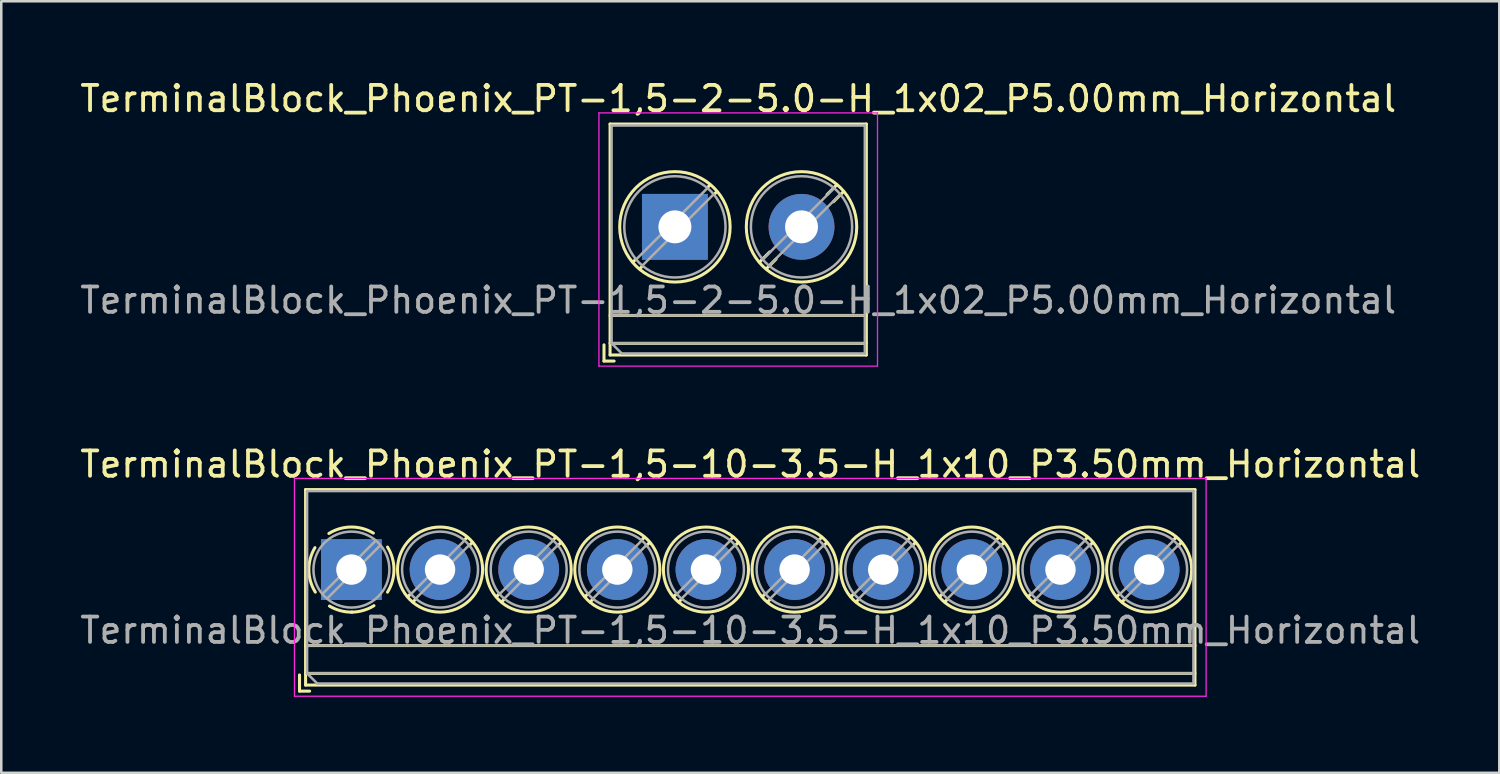
<source format=kicad_pcb>
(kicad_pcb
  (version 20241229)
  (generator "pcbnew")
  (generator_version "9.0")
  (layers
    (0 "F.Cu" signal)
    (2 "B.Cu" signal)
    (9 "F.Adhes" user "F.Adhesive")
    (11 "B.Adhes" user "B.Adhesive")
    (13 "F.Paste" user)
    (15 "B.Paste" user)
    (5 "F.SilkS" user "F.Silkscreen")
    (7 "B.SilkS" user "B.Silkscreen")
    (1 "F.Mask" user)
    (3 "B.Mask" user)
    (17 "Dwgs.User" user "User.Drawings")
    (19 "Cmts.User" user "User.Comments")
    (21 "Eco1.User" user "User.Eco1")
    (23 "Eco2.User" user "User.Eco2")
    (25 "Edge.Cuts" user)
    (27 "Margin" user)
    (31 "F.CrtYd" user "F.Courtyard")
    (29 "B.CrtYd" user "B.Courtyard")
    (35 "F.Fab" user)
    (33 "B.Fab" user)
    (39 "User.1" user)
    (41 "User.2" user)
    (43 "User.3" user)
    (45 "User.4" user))
  (footprint "TerminalBlock_Phoenix_PT-1,5-10-3.5-H_1x10_P3.50mm_Horizontal"
    (layer "F.Cu")
    (at 10.827 19.442)
    (property "Reference" "TerminalBlock_Phoenix_PT-1,5-10-3.5-H_1x10_P3.50mm_Horizontal" (at 15.75 -4.16 0) (layer "F.SilkS") (effects (font (size 1 1) (thickness 0.15))))
    (attr through_hole)
    (fp_line (start -2.05 4.16) (end -2.05 4.8) (stroke (width 0.12) (type solid)) (layer "F.SilkS"))
    (fp_line (start -2.05 4.8) (end -1.65 4.8) (stroke (width 0.12) (type solid)) (layer "F.SilkS"))
    (fp_line (start -1.81 -3.16) (end -1.81 4.56) (stroke (width 0.12) (type solid)) (layer "F.SilkS"))
    (fp_line (start -1.81 -3.16) (end 33.31 -3.16) (stroke (width 0.12) (type solid)) (layer "F.SilkS"))
    (fp_line (start -1.81 3) (end 33.31 3) (stroke (width 0.12) (type solid)) (layer "F.SilkS"))
    (fp_line (start -1.81 4.1) (end 33.31 4.1) (stroke (width 0.12) (type solid)) (layer "F.SilkS"))
    (fp_line (start -1.81 4.56) (end 33.31 4.56) (stroke (width 0.12) (type solid)) (layer "F.SilkS"))
    (fp_line (start 2.355 0.941) (end 2.226 1.069) (stroke (width 0.12) (type solid)) (layer "F.SilkS"))
    (fp_line (start 2.525 1.181) (end 2.431 1.274) (stroke (width 0.12) (type solid)) (layer "F.SilkS"))
    (fp_line (start 4.57 -1.275) (end 4.476 -1.181) (stroke (width 0.12) (type solid)) (layer "F.SilkS"))
    (fp_line (start 4.775 -1.069) (end 4.646 -0.941) (stroke (width 0.12) (type solid)) (layer "F.SilkS"))
    (fp_line (start 5.855 0.941) (end 5.726 1.069) (stroke (width 0.12) (type solid)) (layer "F.SilkS"))
    (fp_line (start 6.025 1.181) (end 5.931 1.274) (stroke (width 0.12) (type solid)) (layer "F.SilkS"))
    (fp_line (start 8.07 -1.275) (end 7.976 -1.181) (stroke (width 0.12) (type solid)) (layer "F.SilkS"))
    (fp_line (start 8.275 -1.069) (end 8.146 -0.941) (stroke (width 0.12) (type solid)) (layer "F.SilkS"))
    (fp_line (start 9.355 0.941) (end 9.226 1.069) (stroke (width 0.12) (type solid)) (layer "F.SilkS"))
    (fp_line (start 9.525 1.181) (end 9.431 1.274) (stroke (width 0.12) (type solid)) (layer "F.SilkS"))
    (fp_line (start 11.57 -1.275) (end 11.476 -1.181) (stroke (width 0.12) (type solid)) (layer "F.SilkS"))
    (fp_line (start 11.775 -1.069) (end 11.646 -0.941) (stroke (width 0.12) (type solid)) (layer "F.SilkS"))
    (fp_line (start 12.855 0.941) (end 12.726 1.069) (stroke (width 0.12) (type solid)) (layer "F.SilkS"))
    (fp_line (start 13.025 1.181) (end 12.931 1.274) (stroke (width 0.12) (type solid)) (layer "F.SilkS"))
    (fp_line (start 15.07 -1.275) (end 14.976 -1.181) (stroke (width 0.12) (type solid)) (layer "F.SilkS"))
    (fp_line (start 15.275 -1.069) (end 15.146 -0.941) (stroke (width 0.12) (type solid)) (layer "F.SilkS"))
    (fp_line (start 16.355 0.941) (end 16.226 1.069) (stroke (width 0.12) (type solid)) (layer "F.SilkS"))
    (fp_line (start 16.525 1.181) (end 16.431 1.274) (stroke (width 0.12) (type solid)) (layer "F.SilkS"))
    (fp_line (start 18.57 -1.275) (end 18.476 -1.181) (stroke (width 0.12) (type solid)) (layer "F.SilkS"))
    (fp_line (start 18.775 -1.069) (end 18.646 -0.941) (stroke (width 0.12) (type solid)) (layer "F.SilkS"))
    (fp_line (start 19.855 0.941) (end 19.726 1.069) (stroke (width 0.12) (type solid)) (layer "F.SilkS"))
    (fp_line (start 20.025 1.181) (end 19.931 1.274) (stroke (width 0.12) (type solid)) (layer "F.SilkS"))
    (fp_line (start 22.07 -1.275) (end 21.976 -1.181) (stroke (width 0.12) (type solid)) (layer "F.SilkS"))
    (fp_line (start 22.275 -1.069) (end 22.146 -0.941) (stroke (width 0.12) (type solid)) (layer "F.SilkS"))
    (fp_line (start 23.355 0.941) (end 23.226 1.069) (stroke (width 0.12) (type solid)) (layer "F.SilkS"))
    (fp_line (start 23.525 1.181) (end 23.431 1.274) (stroke (width 0.12) (type solid)) (layer "F.SilkS"))
    (fp_line (start 25.57 -1.275) (end 25.476 -1.181) (stroke (width 0.12) (type solid)) (layer "F.SilkS"))
    (fp_line (start 25.775 -1.069) (end 25.646 -0.941) (stroke (width 0.12) (type solid)) (layer "F.SilkS"))
    (fp_line (start 26.855 0.941) (end 26.726 1.069) (stroke (width 0.12) (type solid)) (layer "F.SilkS"))
    (fp_line (start 27.025 1.181) (end 26.931 1.274) (stroke (width 0.12) (type solid)) (layer "F.SilkS"))
    (fp_line (start 29.07 -1.275) (end 28.976 -1.181) (stroke (width 0.12) (type solid)) (layer "F.SilkS"))
    (fp_line (start 29.275 -1.069) (end 29.146 -0.941) (stroke (width 0.12) (type solid)) (layer "F.SilkS"))
    (fp_line (start 30.355 0.941) (end 30.226 1.069) (stroke (width 0.12) (type solid)) (layer "F.SilkS"))
    (fp_line (start 30.525 1.181) (end 30.431 1.274) (stroke (width 0.12) (type solid)) (layer "F.SilkS"))
    (fp_line (start 32.57 -1.275) (end 32.476 -1.181) (stroke (width 0.12) (type solid)) (layer "F.SilkS"))
    (fp_line (start 32.775 -1.069) (end 32.646 -0.941) (stroke (width 0.12) (type solid)) (layer "F.SilkS"))
    (fp_line (start 33.31 -3.16) (end 33.31 4.56) (stroke (width 0.12) (type solid)) (layer "F.SilkS"))
    (fp_arc (start -1.425358 0.889894) (mid -1.680286 0.014012) (end -1.44 -0.866) (stroke (width 0.12) (type solid)) (layer "F.SilkS"))
    (fp_arc (start -0.889894 -1.425358) (mid -0.014012 -1.680286) (end 0.866 -1.44) (stroke (width 0.12) (type solid)) (layer "F.SilkS"))
    (fp_arc (start 0.028674 1.680099) (mid -0.435535 1.622918) (end -0.866 1.44) (stroke (width 0.12) (type solid)) (layer "F.SilkS"))
    (fp_arc (start 0.890264 1.424721) (mid 0.463071 1.61492) (end 0 1.68) (stroke (width 0.12) (type solid)) (layer "F.SilkS"))
    (fp_arc (start 1.425504 -0.890193) (mid 1.680626 0.000476) (end 1.425 0.891) (stroke (width 0.12) (type solid)) (layer "F.SilkS"))
    (fp_circle (center 3.5 0) (end 5.18 0) (stroke (width 0.12) (type solid)) (fill no) (layer "F.SilkS"))
    (fp_circle (center 7 0) (end 8.68 0) (stroke (width 0.12) (type solid)) (fill no) (layer "F.SilkS"))
    (fp_circle (center 10.5 0) (end 12.18 0) (stroke (width 0.12) (type solid)) (fill no) (layer "F.SilkS"))
    (fp_circle (center 14 0) (end 15.68 0) (stroke (width 0.12) (type solid)) (fill no) (layer "F.SilkS"))
    (fp_circle (center 17.5 0) (end 19.18 0) (stroke (width 0.12) (type solid)) (fill no) (layer "F.SilkS"))
    (fp_circle (center 21 0) (end 22.68 0) (stroke (width 0.12) (type solid)) (fill no) (layer "F.SilkS"))
    (fp_circle (center 24.5 0) (end 26.18 0) (stroke (width 0.12) (type solid)) (fill no) (layer "F.SilkS"))
    (fp_circle (center 28 0) (end 29.68 0) (stroke (width 0.12) (type solid)) (fill no) (layer "F.SilkS"))
    (fp_circle (center 31.5 0) (end 33.18 0) (stroke (width 0.12) (type solid)) (fill no) (layer "F.SilkS"))
    (fp_line (start -2.25 -3.6) (end -2.25 5) (stroke (width 0.05) (type solid)) (layer "F.CrtYd"))
    (fp_line (start -2.25 5) (end 33.75 5) (stroke (width 0.05) (type solid)) (layer "F.CrtYd"))
    (fp_line (start 33.75 -3.6) (end -2.25 -3.6) (stroke (width 0.05) (type solid)) (layer "F.CrtYd"))
    (fp_line (start 33.75 5) (end 33.75 -3.6) (stroke (width 0.05) (type solid)) (layer "F.CrtYd"))
    (fp_line (start -1.75 -3.1) (end 33.25 -3.1) (stroke (width 0.1) (type solid)) (layer "F.Fab"))
    (fp_line (start -1.75 3) (end 33.25 3) (stroke (width 0.1) (type solid)) (layer "F.Fab"))
    (fp_line (start -1.75 4.1) (end -1.75 -3.1) (stroke (width 0.1) (type solid)) (layer "F.Fab"))
    (fp_line (start -1.75 4.1) (end 33.25 4.1) (stroke (width 0.1) (type solid)) (layer "F.Fab"))
    (fp_line (start -1.35 4.5) (end -1.75 4.1) (stroke (width 0.1) (type solid)) (layer "F.Fab"))
    (fp_line (start 0.955 -1.138) (end -1.138 0.955) (stroke (width 0.1) (type solid)) (layer "F.Fab"))
    (fp_line (start 1.138 -0.955) (end -0.955 1.138) (stroke (width 0.1) (type solid)) (layer "F.Fab"))
    (fp_line (start 4.455 -1.138) (end 2.363 0.955) (stroke (width 0.1) (type solid)) (layer "F.Fab"))
    (fp_line (start 4.638 -0.955) (end 2.546 1.138) (stroke (width 0.1) (type solid)) (layer "F.Fab"))
    (fp_line (start 7.955 -1.138) (end 5.863 0.955) (stroke (width 0.1) (type solid)) (layer "F.Fab"))
    (fp_line (start 8.138 -0.955) (end 6.046 1.138) (stroke (width 0.1) (type solid)) (layer "F.Fab"))
    (fp_line (start 11.455 -1.138) (end 9.363 0.955) (stroke (width 0.1) (type solid)) (layer "F.Fab"))
    (fp_line (start 11.638 -0.955) (end 9.546 1.138) (stroke (width 0.1) (type solid)) (layer "F.Fab"))
    (fp_line (start 14.955 -1.138) (end 12.863 0.955) (stroke (width 0.1) (type solid)) (layer "F.Fab"))
    (fp_line (start 15.138 -0.955) (end 13.046 1.138) (stroke (width 0.1) (type solid)) (layer "F.Fab"))
    (fp_line (start 18.455 -1.138) (end 16.363 0.955) (stroke (width 0.1) (type solid)) (layer "F.Fab"))
    (fp_line (start 18.638 -0.955) (end 16.546 1.138) (stroke (width 0.1) (type solid)) (layer "F.Fab"))
    (fp_line (start 21.955 -1.138) (end 19.863 0.955) (stroke (width 0.1) (type solid)) (layer "F.Fab"))
    (fp_line (start 22.138 -0.955) (end 20.046 1.138) (stroke (width 0.1) (type solid)) (layer "F.Fab"))
    (fp_line (start 25.455 -1.138) (end 23.363 0.955) (stroke (width 0.1) (type solid)) (layer "F.Fab"))
    (fp_line (start 25.638 -0.955) (end 23.546 1.138) (stroke (width 0.1) (type solid)) (layer "F.Fab"))
    (fp_line (start 28.955 -1.138) (end 26.863 0.955) (stroke (width 0.1) (type solid)) (layer "F.Fab"))
    (fp_line (start 29.138 -0.955) (end 27.046 1.138) (stroke (width 0.1) (type solid)) (layer "F.Fab"))
    (fp_line (start 32.455 -1.138) (end 30.363 0.955) (stroke (width 0.1) (type solid)) (layer "F.Fab"))
    (fp_line (start 32.638 -0.955) (end 30.546 1.138) (stroke (width 0.1) (type solid)) (layer "F.Fab"))
    (fp_line (start 33.25 -3.1) (end 33.25 4.5) (stroke (width 0.1) (type solid)) (layer "F.Fab"))
    (fp_line (start 33.25 4.5) (end -1.35 4.5) (stroke (width 0.1) (type solid)) (layer "F.Fab"))
    (fp_circle (center 0 0) (end 1.5 0) (stroke (width 0.1) (type solid)) (fill no) (layer "F.Fab"))
    (fp_circle (center 3.5 0) (end 5 0) (stroke (width 0.1) (type solid)) (fill no) (layer "F.Fab"))
    (fp_circle (center 7 0) (end 8.5 0) (stroke (width 0.1) (type solid)) (fill no) (layer "F.Fab"))
    (fp_circle (center 10.5 0) (end 12 0) (stroke (width 0.1) (type solid)) (fill no) (layer "F.Fab"))
    (fp_circle (center 14 0) (end 15.5 0) (stroke (width 0.1) (type solid)) (fill no) (layer "F.Fab"))
    (fp_circle (center 17.5 0) (end 19 0) (stroke (width 0.1) (type solid)) (fill no) (layer "F.Fab"))
    (fp_circle (center 21 0) (end 22.5 0) (stroke (width 0.1) (type solid)) (fill no) (layer "F.Fab"))
    (fp_circle (center 24.5 0) (end 26 0) (stroke (width 0.1) (type solid)) (fill no) (layer "F.Fab"))
    (fp_circle (center 28 0) (end 29.5 0) (stroke (width 0.1) (type solid)) (fill no) (layer "F.Fab"))
    (fp_circle (center 31.5 0) (end 33 0) (stroke (width 0.1) (type solid)) (fill no) (layer "F.Fab"))
    (fp_text user "${REFERENCE}" (at 15.75 2.4 0) (layer "F.Fab") (effects (font (size 1 1) (thickness 0.15))))
    (pad "1" thru_hole rect (at 0 0) (size 2.4 2.4) (drill 1.2) (layers "*.Cu" "*.Mask"))
    (pad "2" thru_hole circle (at 3.5 0) (size 2.4 2.4) (drill 1.2) (layers "*.Cu" "*.Mask"))
    (pad "3" thru_hole circle (at 7 0) (size 2.4 2.4) (drill 1.2) (layers "*.Cu" "*.Mask"))
    (pad "4" thru_hole circle (at 10.5 0) (size 2.4 2.4) (drill 1.2) (layers "*.Cu" "*.Mask"))
    (pad "5" thru_hole circle (at 14 0) (size 2.4 2.4) (drill 1.2) (layers "*.Cu" "*.Mask"))
    (pad "6" thru_hole circle (at 17.5 0) (size 2.4 2.4) (drill 1.2) (layers "*.Cu" "*.Mask"))
    (pad "7" thru_hole circle (at 21 0) (size 2.4 2.4) (drill 1.2) (layers "*.Cu" "*.Mask"))
    (pad "8" thru_hole circle (at 24.5 0) (size 2.4 2.4) (drill 1.2) (layers "*.Cu" "*.Mask"))
    (pad "9" thru_hole circle (at 28 0) (size 2.4 2.4) (drill 1.2) (layers "*.Cu" "*.Mask"))
    (pad "10" thru_hole circle (at 31.5 0) (size 2.4 2.4) (drill 1.2) (layers "*.Cu" "*.Mask")))
  (footprint "TerminalBlock_Phoenix_PT-1,5-2-5.0-H_1x02_P5.00mm_Horizontal"
    (layer "F.Cu")
    (at 23.601 5.908)
    (property "Reference" "TerminalBlock_Phoenix_PT-1,5-2-5.0-H_1x02_P5.00mm_Horizontal" (at 2.5 -5.06 0) (layer "F.SilkS") (effects (font (size 1 1) (thickness 0.15))))
    (attr through_hole)
    (fp_line (start -2.8 4.66) (end -2.8 5.3) (stroke (width 0.12) (type solid)) (layer "F.SilkS"))
    (fp_line (start -2.8 5.3) (end -2.4 5.3) (stroke (width 0.12) (type solid)) (layer "F.SilkS"))
    (fp_line (start -2.56 -4.06) (end -2.56 5.06) (stroke (width 0.12) (type solid)) (layer "F.SilkS"))
    (fp_line (start -2.56 -4.06) (end 7.56 -4.06) (stroke (width 0.12) (type solid)) (layer "F.SilkS"))
    (fp_line (start -2.56 3.5) (end 7.56 3.5) (stroke (width 0.12) (type solid)) (layer "F.SilkS"))
    (fp_line (start -2.56 4.6) (end 7.56 4.6) (stroke (width 0.12) (type solid)) (layer "F.SilkS"))
    (fp_line (start -2.56 5.06) (end 7.56 5.06) (stroke (width 0.12) (type solid)) (layer "F.SilkS"))
    (fp_line (start -1.548 1.281) (end -1.654 1.388) (stroke (width 0.12) (type solid)) (layer "F.SilkS"))
    (fp_line (start -1.282 1.547) (end -1.388 1.654) (stroke (width 0.12) (type solid)) (layer "F.SilkS"))
    (fp_line (start 1.388 -1.654) (end 1.281 -1.547) (stroke (width 0.12) (type solid)) (layer "F.SilkS"))
    (fp_line (start 1.654 -1.388) (end 1.547 -1.281) (stroke (width 0.12) (type solid)) (layer "F.SilkS"))
    (fp_line (start 3.742 0.992) (end 3.347 1.388) (stroke (width 0.12) (type solid)) (layer "F.SilkS"))
    (fp_line (start 3.993 1.274) (end 3.613 1.654) (stroke (width 0.12) (type solid)) (layer "F.SilkS"))
    (fp_line (start 6.388 -1.654) (end 6.008 -1.274) (stroke (width 0.12) (type solid)) (layer "F.SilkS"))
    (fp_line (start 6.654 -1.388) (end 6.259 -0.992) (stroke (width 0.12) (type solid)) (layer "F.SilkS"))
    (fp_line (start 7.56 -4.06) (end 7.56 5.06) (stroke (width 0.12) (type solid)) (layer "F.SilkS"))
    (fp_circle (center 0 0) (end 2.18 0) (stroke (width 0.12) (type solid)) (fill no) (layer "F.SilkS"))
    (fp_circle (center 5 0) (end 7.18 0) (stroke (width 0.12) (type solid)) (fill no) (layer "F.SilkS"))
    (fp_line (start -3 -4.5) (end -3 5.5) (stroke (width 0.05) (type solid)) (layer "F.CrtYd"))
    (fp_line (start -3 5.5) (end 8 5.5) (stroke (width 0.05) (type solid)) (layer "F.CrtYd"))
    (fp_line (start 8 -4.5) (end -3 -4.5) (stroke (width 0.05) (type solid)) (layer "F.CrtYd"))
    (fp_line (start 8 5.5) (end 8 -4.5) (stroke (width 0.05) (type solid)) (layer "F.CrtYd"))
    (fp_line (start -2.5 -4) (end 7.5 -4) (stroke (width 0.1) (type solid)) (layer "F.Fab"))
    (fp_line (start -2.5 3.5) (end 7.5 3.5) (stroke (width 0.1) (type solid)) (layer "F.Fab"))
    (fp_line (start -2.5 4.6) (end -2.5 -4) (stroke (width 0.1) (type solid)) (layer "F.Fab"))
    (fp_line (start -2.5 4.6) (end 7.5 4.6) (stroke (width 0.1) (type solid)) (layer "F.Fab"))
    (fp_line (start -2.1 5) (end -2.5 4.6) (stroke (width 0.1) (type solid)) (layer "F.Fab"))
    (fp_line (start 1.273 -1.517) (end -1.517 1.273) (stroke (width 0.1) (type solid)) (layer "F.Fab"))
    (fp_line (start 1.517 -1.273) (end -1.273 1.517) (stroke (width 0.1) (type solid)) (layer "F.Fab"))
    (fp_line (start 6.273 -1.517) (end 3.484 1.273) (stroke (width 0.1) (type solid)) (layer "F.Fab"))
    (fp_line (start 6.517 -1.273) (end 3.728 1.517) (stroke (width 0.1) (type solid)) (layer "F.Fab"))
    (fp_line (start 7.5 -4) (end 7.5 5) (stroke (width 0.1) (type solid)) (layer "F.Fab"))
    (fp_line (start 7.5 5) (end -2.1 5) (stroke (width 0.1) (type solid)) (layer "F.Fab"))
    (fp_circle (center 0 0) (end 2 0) (stroke (width 0.1) (type solid)) (fill no) (layer "F.Fab"))
    (fp_circle (center 5 0) (end 7 0) (stroke (width 0.1) (type solid)) (fill no) (layer "F.Fab"))
    (fp_text user "${REFERENCE}" (at 2.5 2.9 0) (layer "F.Fab") (effects (font (size 1 1) (thickness 0.15))))
    (pad "1" thru_hole rect (at 0 0) (size 2.6 2.6) (drill 1.3) (layers "*.Cu" "*.Mask"))
    (pad "2" thru_hole circle (at 5 0) (size 2.6 2.6) (drill 1.3) (layers "*.Cu" "*.Mask")))
  (gr_rect
    (start -3 -3)
    (end 56.155 27.466)
    (stroke (width 0.1) (type default))
    (fill no)
    (layer "Edge.Cuts")))
</source>
